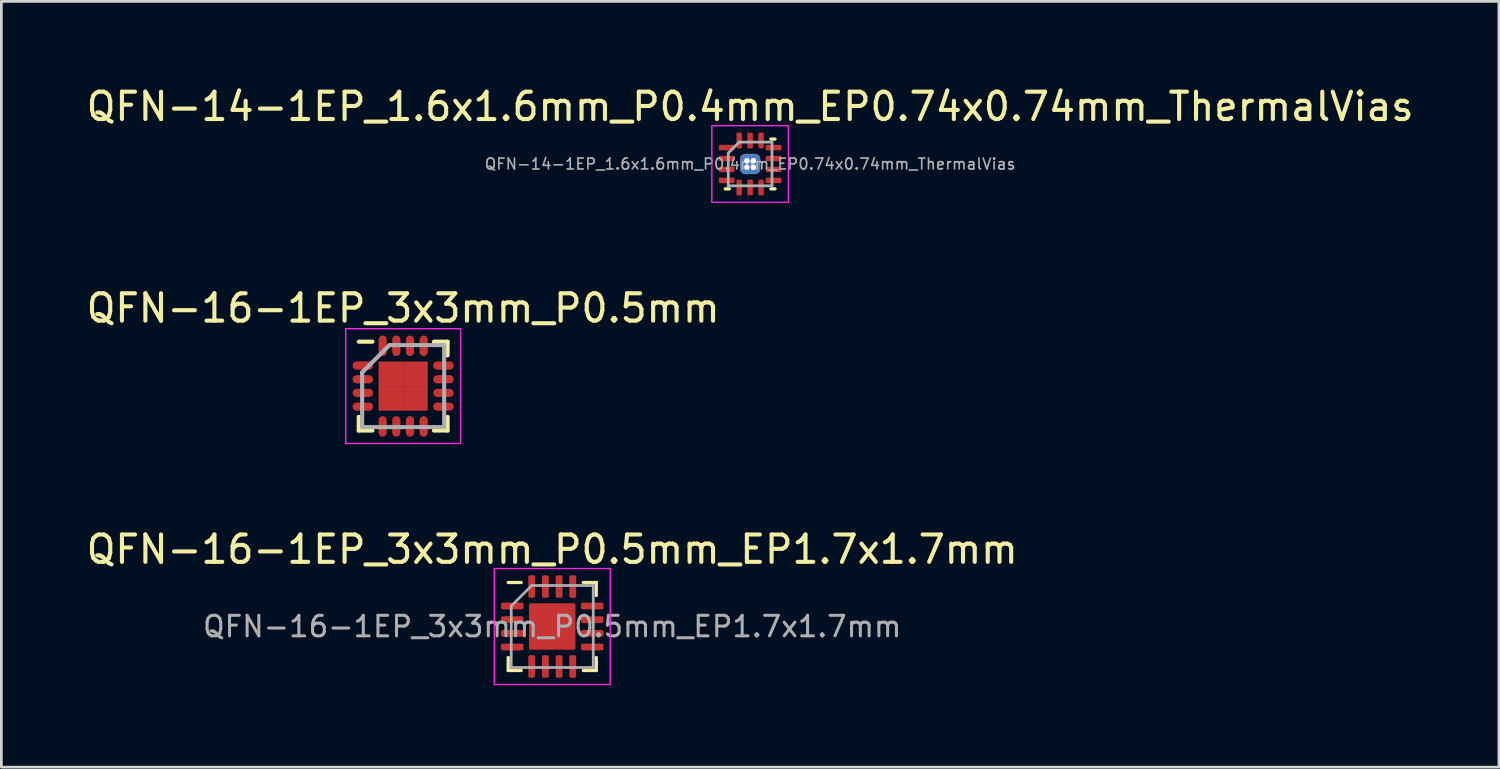
<source format=kicad_pcb>
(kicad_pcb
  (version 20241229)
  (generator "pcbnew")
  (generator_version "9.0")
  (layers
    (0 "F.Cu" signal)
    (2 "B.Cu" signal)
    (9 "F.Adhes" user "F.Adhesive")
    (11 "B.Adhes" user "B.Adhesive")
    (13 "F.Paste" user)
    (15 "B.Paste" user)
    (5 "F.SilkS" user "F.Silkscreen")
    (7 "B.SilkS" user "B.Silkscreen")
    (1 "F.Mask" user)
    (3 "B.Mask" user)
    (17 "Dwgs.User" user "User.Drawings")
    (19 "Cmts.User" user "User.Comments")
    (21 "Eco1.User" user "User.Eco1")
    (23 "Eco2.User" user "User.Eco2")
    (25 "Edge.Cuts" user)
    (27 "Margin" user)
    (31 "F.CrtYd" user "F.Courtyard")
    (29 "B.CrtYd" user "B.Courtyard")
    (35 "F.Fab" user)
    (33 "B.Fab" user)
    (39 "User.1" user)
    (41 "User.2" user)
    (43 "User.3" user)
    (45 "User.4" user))
  (footprint "QFN-14-1EP_1.6x1.6mm_P0.4mm_EP0.74x0.74mm_ThermalVias"
    (layer "F.Cu")
    (at 24.387 2.948)
    (property "Reference" "QFN-14-1EP_1.6x1.6mm_P0.4mm_EP0.74x0.74mm_ThermalVias" (at 0 -2.1 0) (layer "F.SilkS") (effects (font (size 1 1) (thickness 0.15))))
    (attr smd)
    (fp_line (start -0.76 0.91) (end -0.91 0.91) (stroke (width 0.12) (type solid)) (layer "F.SilkS"))
    (fp_line (start 0.76 -0.91) (end 0.91 -0.91) (stroke (width 0.12) (type solid)) (layer "F.SilkS"))
    (fp_line (start 0.76 0.91) (end 0.91 0.91) (stroke (width 0.12) (type solid)) (layer "F.SilkS"))
    (fp_line (start -1.4 -1.4) (end -1.4 1.4) (stroke (width 0.05) (type solid)) (layer "F.CrtYd"))
    (fp_line (start -1.4 1.4) (end 1.4 1.4) (stroke (width 0.05) (type solid)) (layer "F.CrtYd"))
    (fp_line (start 1.4 -1.4) (end -1.4 -1.4) (stroke (width 0.05) (type solid)) (layer "F.CrtYd"))
    (fp_line (start 1.4 1.4) (end 1.4 -1.4) (stroke (width 0.05) (type solid)) (layer "F.CrtYd"))
    (fp_line (start -0.8 -0.4) (end -0.4 -0.8) (stroke (width 0.1) (type solid)) (layer "F.Fab"))
    (fp_line (start -0.8 0.8) (end -0.8 -0.4) (stroke (width 0.1) (type solid)) (layer "F.Fab"))
    (fp_line (start -0.4 -0.8) (end 0.8 -0.8) (stroke (width 0.1) (type solid)) (layer "F.Fab"))
    (fp_line (start 0.8 -0.8) (end 0.8 0.8) (stroke (width 0.1) (type solid)) (layer "F.Fab"))
    (fp_line (start 0.8 0.8) (end -0.8 0.8) (stroke (width 0.1) (type solid)) (layer "F.Fab"))
    (fp_text user "${REFERENCE}" (at 0 0 0) (layer "F.Fab") (effects (font (size 0.4 0.4) (thickness 0.06))))
    (pad "" smd roundrect (at -0.185 -0.185) (size 0.32 0.32) (layers "F.Paste") (roundrect_rratio 0.25))
    (pad "" smd roundrect (at -0.185 0.185) (size 0.32 0.32) (layers "F.Paste") (roundrect_rratio 0.25))
    (pad "" smd roundrect (at 0.185 -0.185) (size 0.32 0.32) (layers "F.Paste") (roundrect_rratio 0.25))
    (pad "" smd roundrect (at 0.185 0.185) (size 0.32 0.32) (layers "F.Paste") (roundrect_rratio 0.25))
    (pad "1" smd roundrect (at -0.86 -0.6) (size 0.58 0.2) (layers "F.Cu" "F.Mask" "F.Paste") (roundrect_rratio 0.25))
    (pad "2" smd roundrect (at -0.86 -0.2) (size 0.58 0.2) (layers "F.Cu" "F.Mask" "F.Paste") (roundrect_rratio 0.25))
    (pad "3" smd roundrect (at -0.86 0.2) (size 0.58 0.2) (layers "F.Cu" "F.Mask" "F.Paste") (roundrect_rratio 0.25))
    (pad "4" smd roundrect (at -0.86 0.6) (size 0.58 0.2) (layers "F.Cu" "F.Mask" "F.Paste") (roundrect_rratio 0.25))
    (pad "5" smd roundrect (at -0.4 0.86) (size 0.2 0.58) (layers "F.Cu" "F.Mask" "F.Paste") (roundrect_rratio 0.25))
    (pad "6" smd roundrect (at 0 0.86) (size 0.2 0.58) (layers "F.Cu" "F.Mask" "F.Paste") (roundrect_rratio 0.25))
    (pad "7" smd roundrect (at 0.4 0.86) (size 0.2 0.58) (layers "F.Cu" "F.Mask" "F.Paste") (roundrect_rratio 0.25))
    (pad "8" smd roundrect (at 0.86 0.6) (size 0.58 0.2) (layers "F.Cu" "F.Mask" "F.Paste") (roundrect_rratio 0.25))
    (pad "9" smd roundrect (at 0.86 0.2) (size 0.58 0.2) (layers "F.Cu" "F.Mask" "F.Paste") (roundrect_rratio 0.25))
    (pad "10" smd roundrect (at 0.86 -0.2) (size 0.58 0.2) (layers "F.Cu" "F.Mask" "F.Paste") (roundrect_rratio 0.25))
    (pad "11" smd roundrect (at 0.86 -0.6) (size 0.58 0.2) (layers "F.Cu" "F.Mask" "F.Paste") (roundrect_rratio 0.25))
    (pad "12" smd roundrect (at 0.4 -0.86) (size 0.2 0.58) (layers "F.Cu" "F.Mask" "F.Paste") (roundrect_rratio 0.25))
    (pad "13" smd roundrect (at 0 -0.86) (size 0.2 0.58) (layers "F.Cu" "F.Mask" "F.Paste") (roundrect_rratio 0.25))
    (pad "14" smd roundrect (at -0.4 -0.86) (size 0.2 0.58) (layers "F.Cu" "F.Mask" "F.Paste") (roundrect_rratio 0.25))
    (pad "15" thru_hole circle (at -0.12 -0.12) (size 0.5 0.5) (drill 0.2) (layers "*.Cu"))
    (pad "15" thru_hole circle (at -0.12 0.12) (size 0.5 0.5) (drill 0.2) (layers "*.Cu"))
    (pad "15" smd roundrect (at 0 0) (size 0.74 0.74) (layers "F.Cu" "F.Mask") (roundrect_rratio 0.25))
    (pad "15" smd roundrect (at 0 0) (size 0.74 0.74) (layers "B.Cu") (roundrect_rratio 0.25))
    (pad "15" thru_hole circle (at 0.12 -0.12) (size 0.5 0.5) (drill 0.2) (layers "*.Cu"))
    (pad "15" thru_hole circle (at 0.12 0.12) (size 0.5 0.5) (drill 0.2) (layers "*.Cu")))
  (footprint "QFN-16-1EP_3x3mm_P0.5mm"
    (layer "F.Cu")
    (at 11.696 11.072)
    (property "Reference" "QFN-16-1EP_3x3mm_P0.5mm" (at 0 -2.85 0) (layer "F.SilkS") (effects (font (size 1 1) (thickness 0.15))))
    (attr smd)
    (fp_line (start -1.625 -1.625) (end -1.125 -1.625) (stroke (width 0.15) (type solid)) (layer "F.SilkS"))
    (fp_line (start -1.625 1.625) (end -1.625 1.125) (stroke (width 0.15) (type solid)) (layer "F.SilkS"))
    (fp_line (start -1.625 1.625) (end -1.125 1.625) (stroke (width 0.15) (type solid)) (layer "F.SilkS"))
    (fp_line (start 1.625 -1.625) (end 1.125 -1.625) (stroke (width 0.15) (type solid)) (layer "F.SilkS"))
    (fp_line (start 1.625 -1.625) (end 1.625 -1.125) (stroke (width 0.15) (type solid)) (layer "F.SilkS"))
    (fp_line (start 1.625 1.625) (end 1.125 1.625) (stroke (width 0.15) (type solid)) (layer "F.SilkS"))
    (fp_line (start 1.625 1.625) (end 1.625 1.125) (stroke (width 0.15) (type solid)) (layer "F.SilkS"))
    (fp_line (start -2.1 -2.1) (end -2.1 2.1) (stroke (width 0.05) (type solid)) (layer "F.CrtYd"))
    (fp_line (start -2.1 -2.1) (end 2.1 -2.1) (stroke (width 0.05) (type solid)) (layer "F.CrtYd"))
    (fp_line (start -2.1 2.1) (end 2.1 2.1) (stroke (width 0.05) (type solid)) (layer "F.CrtYd"))
    (fp_line (start 2.1 -2.1) (end 2.1 2.1) (stroke (width 0.05) (type solid)) (layer "F.CrtYd"))
    (fp_line (start -1.5 -0.5) (end -0.5 -1.5) (stroke (width 0.15) (type solid)) (layer "F.Fab"))
    (fp_line (start -1.5 1.5) (end -1.5 -0.5) (stroke (width 0.15) (type solid)) (layer "F.Fab"))
    (fp_line (start -0.5 -1.5) (end 1.5 -1.5) (stroke (width 0.15) (type solid)) (layer "F.Fab"))
    (fp_line (start 1.5 -1.5) (end 1.5 1.5) (stroke (width 0.15) (type solid)) (layer "F.Fab"))
    (fp_line (start 1.5 1.5) (end -1.5 1.5) (stroke (width 0.15) (type solid)) (layer "F.Fab"))
    (pad "1" smd oval (at -1.475 -0.75) (size 0.75 0.3) (layers "F.Cu" "F.Mask" "F.Paste"))
    (pad "2" smd oval (at -1.475 -0.25) (size 0.75 0.3) (layers "F.Cu" "F.Mask" "F.Paste"))
    (pad "3" smd oval (at -1.475 0.25) (size 0.75 0.3) (layers "F.Cu" "F.Mask" "F.Paste"))
    (pad "4" smd oval (at -1.475 0.75) (size 0.75 0.3) (layers "F.Cu" "F.Mask" "F.Paste"))
    (pad "5" smd oval (at -0.75 1.475 90) (size 0.75 0.3) (layers "F.Cu" "F.Mask" "F.Paste"))
    (pad "6" smd oval (at -0.25 1.475 90) (size 0.75 0.3) (layers "F.Cu" "F.Mask" "F.Paste"))
    (pad "7" smd oval (at 0.25 1.475 90) (size 0.75 0.3) (layers "F.Cu" "F.Mask" "F.Paste"))
    (pad "8" smd oval (at 0.75 1.475 90) (size 0.75 0.3) (layers "F.Cu" "F.Mask" "F.Paste"))
    (pad "9" smd oval (at 1.475 0.75) (size 0.75 0.3) (layers "F.Cu" "F.Mask" "F.Paste"))
    (pad "10" smd oval (at 1.475 0.25) (size 0.75 0.3) (layers "F.Cu" "F.Mask" "F.Paste"))
    (pad "11" smd oval (at 1.475 -0.25) (size 0.75 0.3) (layers "F.Cu" "F.Mask" "F.Paste"))
    (pad "12" smd oval (at 1.475 -0.75) (size 0.75 0.3) (layers "F.Cu" "F.Mask" "F.Paste"))
    (pad "13" smd oval (at 0.75 -1.475 90) (size 0.75 0.3) (layers "F.Cu" "F.Mask" "F.Paste"))
    (pad "14" smd oval (at 0.25 -1.475 90) (size 0.75 0.3) (layers "F.Cu" "F.Mask" "F.Paste"))
    (pad "15" smd oval (at -0.25 -1.475 90) (size 0.75 0.3) (layers "F.Cu" "F.Mask" "F.Paste"))
    (pad "16" smd oval (at -0.75 -1.475 90) (size 0.75 0.3) (layers "F.Cu" "F.Mask" "F.Paste"))
    (pad "17" smd rect (at -0.45 -0.45) (size 0.9 0.9) (layers "F.Cu" "F.Mask" "F.Paste"))
    (pad "17" smd rect (at -0.45 0.45) (size 0.9 0.9) (layers "F.Cu" "F.Mask" "F.Paste"))
    (pad "17" smd rect (at 0.45 -0.45) (size 0.9 0.9) (layers "F.Cu" "F.Mask" "F.Paste"))
    (pad "17" smd rect (at 0.45 0.45) (size 0.9 0.9) (layers "F.Cu" "F.Mask" "F.Paste")))
  (footprint "QFN-16-1EP_3x3mm_P0.5mm_EP1.7x1.7mm"
    (layer "F.Cu")
    (at 17.149 19.865)
    (property "Reference" "QFN-16-1EP_3x3mm_P0.5mm_EP1.7x1.7mm" (at 0 -2.82 0) (layer "F.SilkS") (effects (font (size 1 1) (thickness 0.15))))
    (attr smd)
    (fp_line (start -1.61 1.61) (end -1.61 1.135) (stroke (width 0.12) (type solid)) (layer "F.SilkS"))
    (fp_line (start -1.135 -1.61) (end -1.61 -1.61) (stroke (width 0.12) (type solid)) (layer "F.SilkS"))
    (fp_line (start -1.135 1.61) (end -1.61 1.61) (stroke (width 0.12) (type solid)) (layer "F.SilkS"))
    (fp_line (start 1.135 -1.61) (end 1.61 -1.61) (stroke (width 0.12) (type solid)) (layer "F.SilkS"))
    (fp_line (start 1.135 1.61) (end 1.61 1.61) (stroke (width 0.12) (type solid)) (layer "F.SilkS"))
    (fp_line (start 1.61 -1.61) (end 1.61 -1.135) (stroke (width 0.12) (type solid)) (layer "F.SilkS"))
    (fp_line (start 1.61 1.61) (end 1.61 1.135) (stroke (width 0.12) (type solid)) (layer "F.SilkS"))
    (fp_line (start -2.12 -2.12) (end -2.12 2.12) (stroke (width 0.05) (type solid)) (layer "F.CrtYd"))
    (fp_line (start -2.12 2.12) (end 2.12 2.12) (stroke (width 0.05) (type solid)) (layer "F.CrtYd"))
    (fp_line (start 2.12 -2.12) (end -2.12 -2.12) (stroke (width 0.05) (type solid)) (layer "F.CrtYd"))
    (fp_line (start 2.12 2.12) (end 2.12 -2.12) (stroke (width 0.05) (type solid)) (layer "F.CrtYd"))
    (fp_line (start -1.5 -0.75) (end -0.75 -1.5) (stroke (width 0.1) (type solid)) (layer "F.Fab"))
    (fp_line (start -1.5 1.5) (end -1.5 -0.75) (stroke (width 0.1) (type solid)) (layer "F.Fab"))
    (fp_line (start -0.75 -1.5) (end 1.5 -1.5) (stroke (width 0.1) (type solid)) (layer "F.Fab"))
    (fp_line (start 1.5 -1.5) (end 1.5 1.5) (stroke (width 0.1) (type solid)) (layer "F.Fab"))
    (fp_line (start 1.5 1.5) (end -1.5 1.5) (stroke (width 0.1) (type solid)) (layer "F.Fab"))
    (fp_text user "${REFERENCE}" (at 0 0 0) (layer "F.Fab") (effects (font (size 0.75 0.75) (thickness 0.11))))
    (pad "" smd roundrect (at -0.425 -0.425) (size 0.69 0.69) (layers "F.Paste") (roundrect_rratio 0.25))
    (pad "" smd roundrect (at -0.425 0.425) (size 0.69 0.69) (layers "F.Paste") (roundrect_rratio 0.25))
    (pad "" smd roundrect (at 0.425 -0.425) (size 0.69 0.69) (layers "F.Paste") (roundrect_rratio 0.25))
    (pad "" smd roundrect (at 0.425 0.425) (size 0.69 0.69) (layers "F.Paste") (roundrect_rratio 0.25))
    (pad "1" smd roundrect (at -1.462 -0.75) (size 0.825 0.25) (layers "F.Cu" "F.Mask" "F.Paste") (roundrect_rratio 0.25))
    (pad "2" smd roundrect (at -1.462 -0.25) (size 0.825 0.25) (layers "F.Cu" "F.Mask" "F.Paste") (roundrect_rratio 0.25))
    (pad "3" smd roundrect (at -1.462 0.25) (size 0.825 0.25) (layers "F.Cu" "F.Mask" "F.Paste") (roundrect_rratio 0.25))
    (pad "4" smd roundrect (at -1.462 0.75) (size 0.825 0.25) (layers "F.Cu" "F.Mask" "F.Paste") (roundrect_rratio 0.25))
    (pad "5" smd roundrect (at -0.75 1.462) (size 0.25 0.825) (layers "F.Cu" "F.Mask" "F.Paste") (roundrect_rratio 0.25))
    (pad "6" smd roundrect (at -0.25 1.462) (size 0.25 0.825) (layers "F.Cu" "F.Mask" "F.Paste") (roundrect_rratio 0.25))
    (pad "7" smd roundrect (at 0.25 1.462) (size 0.25 0.825) (layers "F.Cu" "F.Mask" "F.Paste") (roundrect_rratio 0.25))
    (pad "8" smd roundrect (at 0.75 1.462) (size 0.25 0.825) (layers "F.Cu" "F.Mask" "F.Paste") (roundrect_rratio 0.25))
    (pad "9" smd roundrect (at 1.462 0.75) (size 0.825 0.25) (layers "F.Cu" "F.Mask" "F.Paste") (roundrect_rratio 0.25))
    (pad "10" smd roundrect (at 1.462 0.25) (size 0.825 0.25) (layers "F.Cu" "F.Mask" "F.Paste") (roundrect_rratio 0.25))
    (pad "11" smd roundrect (at 1.462 -0.25) (size 0.825 0.25) (layers "F.Cu" "F.Mask" "F.Paste") (roundrect_rratio 0.25))
    (pad "12" smd roundrect (at 1.462 -0.75) (size 0.825 0.25) (layers "F.Cu" "F.Mask" "F.Paste") (roundrect_rratio 0.25))
    (pad "13" smd roundrect (at 0.75 -1.462) (size 0.25 0.825) (layers "F.Cu" "F.Mask" "F.Paste") (roundrect_rratio 0.25))
    (pad "14" smd roundrect (at 0.25 -1.462) (size 0.25 0.825) (layers "F.Cu" "F.Mask" "F.Paste") (roundrect_rratio 0.25))
    (pad "15" smd roundrect (at -0.25 -1.462) (size 0.25 0.825) (layers "F.Cu" "F.Mask" "F.Paste") (roundrect_rratio 0.25))
    (pad "16" smd roundrect (at -0.75 -1.462) (size 0.25 0.825) (layers "F.Cu" "F.Mask" "F.Paste") (roundrect_rratio 0.25))
    (pad "17" smd roundrect (at 0 0) (size 1.7 1.7) (layers "F.Cu" "F.Mask") (roundrect_rratio 0.037)))
  (gr_rect
    (start -3 -3)
    (end 51.774 25.01)
    (stroke (width 0.1) (type default))
    (fill no)
    (layer "Edge.Cuts")))
</source>
